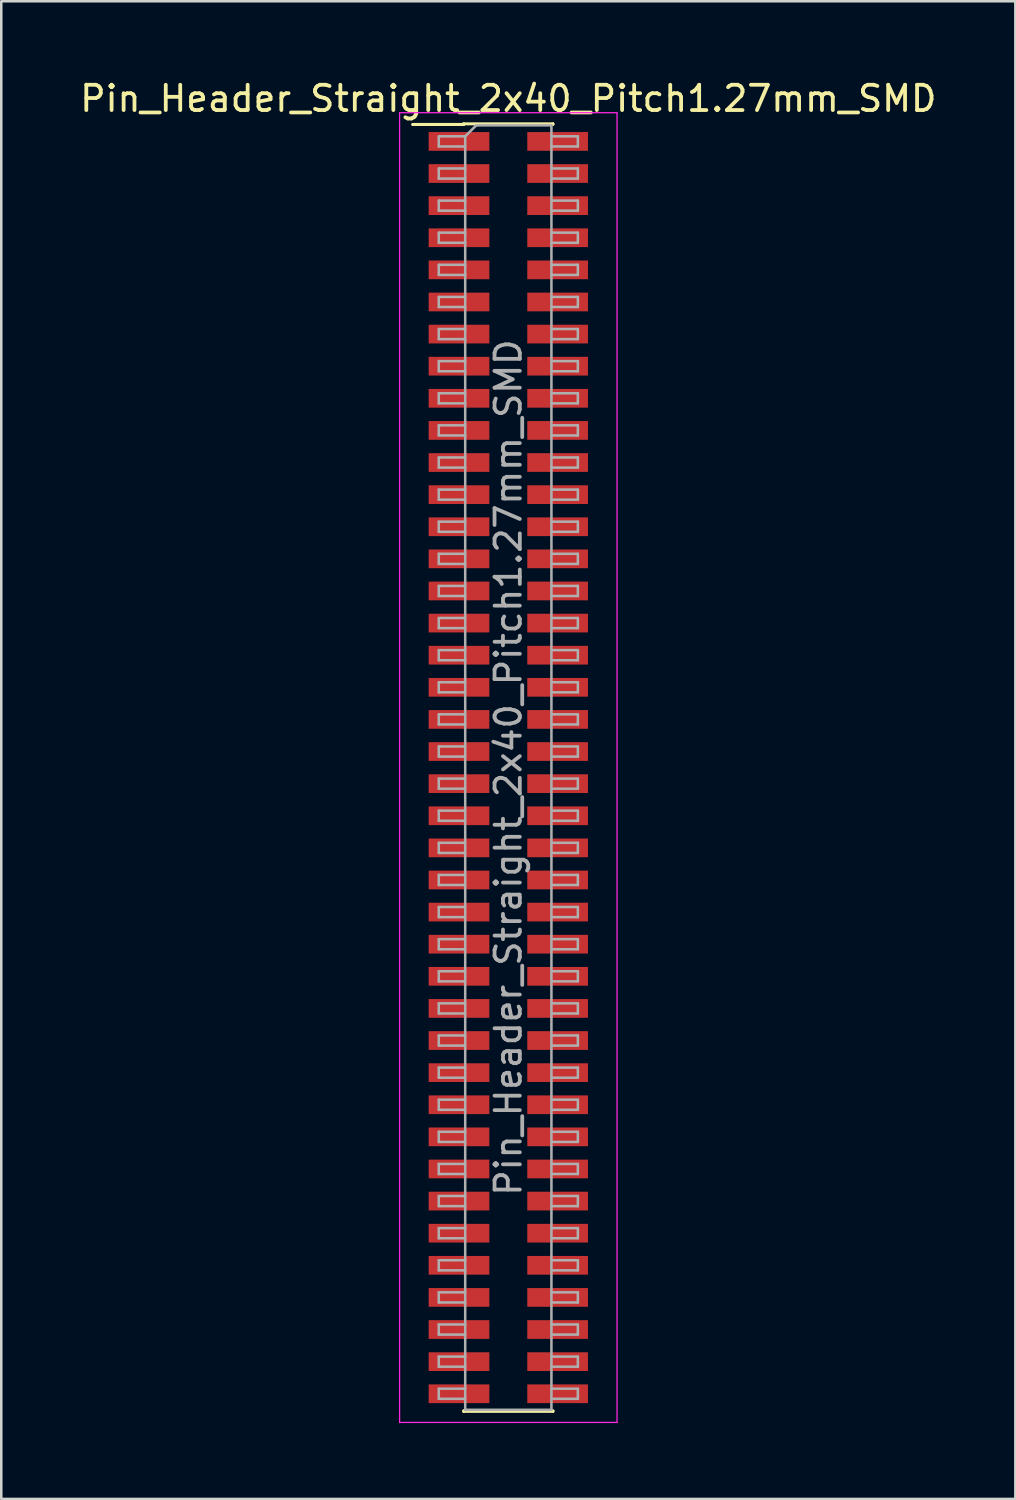
<source format=kicad_pcb>
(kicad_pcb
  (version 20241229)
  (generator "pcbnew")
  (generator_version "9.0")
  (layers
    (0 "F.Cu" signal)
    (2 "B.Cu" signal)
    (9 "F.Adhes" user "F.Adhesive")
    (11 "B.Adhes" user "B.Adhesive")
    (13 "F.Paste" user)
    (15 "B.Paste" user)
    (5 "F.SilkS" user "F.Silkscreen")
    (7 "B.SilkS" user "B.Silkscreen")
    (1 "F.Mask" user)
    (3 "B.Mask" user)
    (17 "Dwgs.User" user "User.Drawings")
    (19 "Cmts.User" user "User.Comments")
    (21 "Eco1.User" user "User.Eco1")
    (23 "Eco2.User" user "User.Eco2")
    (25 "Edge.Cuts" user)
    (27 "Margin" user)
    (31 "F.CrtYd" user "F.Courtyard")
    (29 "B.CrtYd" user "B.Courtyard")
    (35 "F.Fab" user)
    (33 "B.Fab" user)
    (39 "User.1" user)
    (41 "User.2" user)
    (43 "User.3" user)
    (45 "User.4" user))
  (footprint "Pin_Header_Straight_2x40_Pitch1.27mm_SMD"
    (layer "F.Cu")
    (at 17.054 27.308)
    (property "Reference" "Pin_Header_Straight_2x40_Pitch1.27mm_SMD" (at 0 -26.46 0) (layer "F.SilkS") (effects (font (size 1 1) (thickness 0.15))))
    (attr smd)
    (fp_line (start -3.785 -25.435) (end -1.765 -25.435) (stroke (width 0.12) (type solid)) (layer "F.SilkS"))
    (fp_line (start -1.765 -25.46) (end 1.765 -25.46) (stroke (width 0.12) (type solid)) (layer "F.SilkS"))
    (fp_line (start -1.765 -25.435) (end -1.765 -25.46) (stroke (width 0.12) (type solid)) (layer "F.SilkS"))
    (fp_line (start -1.765 25.435) (end -1.765 25.46) (stroke (width 0.12) (type solid)) (layer "F.SilkS"))
    (fp_line (start -1.765 25.46) (end 1.765 25.46) (stroke (width 0.12) (type solid)) (layer "F.SilkS"))
    (fp_line (start 1.765 -25.46) (end 1.765 -25.435) (stroke (width 0.12) (type solid)) (layer "F.SilkS"))
    (fp_line (start 1.765 25.46) (end 1.765 25.435) (stroke (width 0.12) (type solid)) (layer "F.SilkS"))
    (fp_line (start -4.3 -25.9) (end -4.3 25.9) (stroke (width 0.05) (type solid)) (layer "F.CrtYd"))
    (fp_line (start -4.3 25.9) (end 4.3 25.9) (stroke (width 0.05) (type solid)) (layer "F.CrtYd"))
    (fp_line (start 4.3 -25.9) (end -4.3 -25.9) (stroke (width 0.05) (type solid)) (layer "F.CrtYd"))
    (fp_line (start 4.3 25.9) (end 4.3 -25.9) (stroke (width 0.05) (type solid)) (layer "F.CrtYd"))
    (fp_line (start -2.75 -24.965) (end -2.75 -24.565) (stroke (width 0.1) (type solid)) (layer "F.Fab"))
    (fp_line (start -2.75 -24.565) (end -1.705 -24.565) (stroke (width 0.1) (type solid)) (layer "F.Fab"))
    (fp_line (start -2.75 -23.695) (end -2.75 -23.295) (stroke (width 0.1) (type solid)) (layer "F.Fab"))
    (fp_line (start -2.75 -23.295) (end -1.705 -23.295) (stroke (width 0.1) (type solid)) (layer "F.Fab"))
    (fp_line (start -2.75 -22.425) (end -2.75 -22.025) (stroke (width 0.1) (type solid)) (layer "F.Fab"))
    (fp_line (start -2.75 -22.025) (end -1.705 -22.025) (stroke (width 0.1) (type solid)) (layer "F.Fab"))
    (fp_line (start -2.75 -21.155) (end -2.75 -20.755) (stroke (width 0.1) (type solid)) (layer "F.Fab"))
    (fp_line (start -2.75 -20.755) (end -1.705 -20.755) (stroke (width 0.1) (type solid)) (layer "F.Fab"))
    (fp_line (start -2.75 -19.885) (end -2.75 -19.485) (stroke (width 0.1) (type solid)) (layer "F.Fab"))
    (fp_line (start -2.75 -19.485) (end -1.705 -19.485) (stroke (width 0.1) (type solid)) (layer "F.Fab"))
    (fp_line (start -2.75 -18.615) (end -2.75 -18.215) (stroke (width 0.1) (type solid)) (layer "F.Fab"))
    (fp_line (start -2.75 -18.215) (end -1.705 -18.215) (stroke (width 0.1) (type solid)) (layer "F.Fab"))
    (fp_line (start -2.75 -17.345) (end -2.75 -16.945) (stroke (width 0.1) (type solid)) (layer "F.Fab"))
    (fp_line (start -2.75 -16.945) (end -1.705 -16.945) (stroke (width 0.1) (type solid)) (layer "F.Fab"))
    (fp_line (start -2.75 -16.075) (end -2.75 -15.675) (stroke (width 0.1) (type solid)) (layer "F.Fab"))
    (fp_line (start -2.75 -15.675) (end -1.705 -15.675) (stroke (width 0.1) (type solid)) (layer "F.Fab"))
    (fp_line (start -2.75 -14.805) (end -2.75 -14.405) (stroke (width 0.1) (type solid)) (layer "F.Fab"))
    (fp_line (start -2.75 -14.405) (end -1.705 -14.405) (stroke (width 0.1) (type solid)) (layer "F.Fab"))
    (fp_line (start -2.75 -13.535) (end -2.75 -13.135) (stroke (width 0.1) (type solid)) (layer "F.Fab"))
    (fp_line (start -2.75 -13.135) (end -1.705 -13.135) (stroke (width 0.1) (type solid)) (layer "F.Fab"))
    (fp_line (start -2.75 -12.265) (end -2.75 -11.865) (stroke (width 0.1) (type solid)) (layer "F.Fab"))
    (fp_line (start -2.75 -11.865) (end -1.705 -11.865) (stroke (width 0.1) (type solid)) (layer "F.Fab"))
    (fp_line (start -2.75 -10.995) (end -2.75 -10.595) (stroke (width 0.1) (type solid)) (layer "F.Fab"))
    (fp_line (start -2.75 -10.595) (end -1.705 -10.595) (stroke (width 0.1) (type solid)) (layer "F.Fab"))
    (fp_line (start -2.75 -9.725) (end -2.75 -9.325) (stroke (width 0.1) (type solid)) (layer "F.Fab"))
    (fp_line (start -2.75 -9.325) (end -1.705 -9.325) (stroke (width 0.1) (type solid)) (layer "F.Fab"))
    (fp_line (start -2.75 -8.455) (end -2.75 -8.055) (stroke (width 0.1) (type solid)) (layer "F.Fab"))
    (fp_line (start -2.75 -8.055) (end -1.705 -8.055) (stroke (width 0.1) (type solid)) (layer "F.Fab"))
    (fp_line (start -2.75 -7.185) (end -2.75 -6.785) (stroke (width 0.1) (type solid)) (layer "F.Fab"))
    (fp_line (start -2.75 -6.785) (end -1.705 -6.785) (stroke (width 0.1) (type solid)) (layer "F.Fab"))
    (fp_line (start -2.75 -5.915) (end -2.75 -5.515) (stroke (width 0.1) (type solid)) (layer "F.Fab"))
    (fp_line (start -2.75 -5.515) (end -1.705 -5.515) (stroke (width 0.1) (type solid)) (layer "F.Fab"))
    (fp_line (start -2.75 -4.645) (end -2.75 -4.245) (stroke (width 0.1) (type solid)) (layer "F.Fab"))
    (fp_line (start -2.75 -4.245) (end -1.705 -4.245) (stroke (width 0.1) (type solid)) (layer "F.Fab"))
    (fp_line (start -2.75 -3.375) (end -2.75 -2.975) (stroke (width 0.1) (type solid)) (layer "F.Fab"))
    (fp_line (start -2.75 -2.975) (end -1.705 -2.975) (stroke (width 0.1) (type solid)) (layer "F.Fab"))
    (fp_line (start -2.75 -2.105) (end -2.75 -1.705) (stroke (width 0.1) (type solid)) (layer "F.Fab"))
    (fp_line (start -2.75 -1.705) (end -1.705 -1.705) (stroke (width 0.1) (type solid)) (layer "F.Fab"))
    (fp_line (start -2.75 -0.835) (end -2.75 -0.435) (stroke (width 0.1) (type solid)) (layer "F.Fab"))
    (fp_line (start -2.75 -0.435) (end -1.705 -0.435) (stroke (width 0.1) (type solid)) (layer "F.Fab"))
    (fp_line (start -2.75 0.435) (end -2.75 0.835) (stroke (width 0.1) (type solid)) (layer "F.Fab"))
    (fp_line (start -2.75 0.835) (end -1.705 0.835) (stroke (width 0.1) (type solid)) (layer "F.Fab"))
    (fp_line (start -2.75 1.705) (end -2.75 2.105) (stroke (width 0.1) (type solid)) (layer "F.Fab"))
    (fp_line (start -2.75 2.105) (end -1.705 2.105) (stroke (width 0.1) (type solid)) (layer "F.Fab"))
    (fp_line (start -2.75 2.975) (end -2.75 3.375) (stroke (width 0.1) (type solid)) (layer "F.Fab"))
    (fp_line (start -2.75 3.375) (end -1.705 3.375) (stroke (width 0.1) (type solid)) (layer "F.Fab"))
    (fp_line (start -2.75 4.245) (end -2.75 4.645) (stroke (width 0.1) (type solid)) (layer "F.Fab"))
    (fp_line (start -2.75 4.645) (end -1.705 4.645) (stroke (width 0.1) (type solid)) (layer "F.Fab"))
    (fp_line (start -2.75 5.515) (end -2.75 5.915) (stroke (width 0.1) (type solid)) (layer "F.Fab"))
    (fp_line (start -2.75 5.915) (end -1.705 5.915) (stroke (width 0.1) (type solid)) (layer "F.Fab"))
    (fp_line (start -2.75 6.785) (end -2.75 7.185) (stroke (width 0.1) (type solid)) (layer "F.Fab"))
    (fp_line (start -2.75 7.185) (end -1.705 7.185) (stroke (width 0.1) (type solid)) (layer "F.Fab"))
    (fp_line (start -2.75 8.055) (end -2.75 8.455) (stroke (width 0.1) (type solid)) (layer "F.Fab"))
    (fp_line (start -2.75 8.455) (end -1.705 8.455) (stroke (width 0.1) (type solid)) (layer "F.Fab"))
    (fp_line (start -2.75 9.325) (end -2.75 9.725) (stroke (width 0.1) (type solid)) (layer "F.Fab"))
    (fp_line (start -2.75 9.725) (end -1.705 9.725) (stroke (width 0.1) (type solid)) (layer "F.Fab"))
    (fp_line (start -2.75 10.595) (end -2.75 10.995) (stroke (width 0.1) (type solid)) (layer "F.Fab"))
    (fp_line (start -2.75 10.995) (end -1.705 10.995) (stroke (width 0.1) (type solid)) (layer "F.Fab"))
    (fp_line (start -2.75 11.865) (end -2.75 12.265) (stroke (width 0.1) (type solid)) (layer "F.Fab"))
    (fp_line (start -2.75 12.265) (end -1.705 12.265) (stroke (width 0.1) (type solid)) (layer "F.Fab"))
    (fp_line (start -2.75 13.135) (end -2.75 13.535) (stroke (width 0.1) (type solid)) (layer "F.Fab"))
    (fp_line (start -2.75 13.535) (end -1.705 13.535) (stroke (width 0.1) (type solid)) (layer "F.Fab"))
    (fp_line (start -2.75 14.405) (end -2.75 14.805) (stroke (width 0.1) (type solid)) (layer "F.Fab"))
    (fp_line (start -2.75 14.805) (end -1.705 14.805) (stroke (width 0.1) (type solid)) (layer "F.Fab"))
    (fp_line (start -2.75 15.675) (end -2.75 16.075) (stroke (width 0.1) (type solid)) (layer "F.Fab"))
    (fp_line (start -2.75 16.075) (end -1.705 16.075) (stroke (width 0.1) (type solid)) (layer "F.Fab"))
    (fp_line (start -2.75 16.945) (end -2.75 17.345) (stroke (width 0.1) (type solid)) (layer "F.Fab"))
    (fp_line (start -2.75 17.345) (end -1.705 17.345) (stroke (width 0.1) (type solid)) (layer "F.Fab"))
    (fp_line (start -2.75 18.215) (end -2.75 18.615) (stroke (width 0.1) (type solid)) (layer "F.Fab"))
    (fp_line (start -2.75 18.615) (end -1.705 18.615) (stroke (width 0.1) (type solid)) (layer "F.Fab"))
    (fp_line (start -2.75 19.485) (end -2.75 19.885) (stroke (width 0.1) (type solid)) (layer "F.Fab"))
    (fp_line (start -2.75 19.885) (end -1.705 19.885) (stroke (width 0.1) (type solid)) (layer "F.Fab"))
    (fp_line (start -2.75 20.755) (end -2.75 21.155) (stroke (width 0.1) (type solid)) (layer "F.Fab"))
    (fp_line (start -2.75 21.155) (end -1.705 21.155) (stroke (width 0.1) (type solid)) (layer "F.Fab"))
    (fp_line (start -2.75 22.025) (end -2.75 22.425) (stroke (width 0.1) (type solid)) (layer "F.Fab"))
    (fp_line (start -2.75 22.425) (end -1.705 22.425) (stroke (width 0.1) (type solid)) (layer "F.Fab"))
    (fp_line (start -2.75 23.295) (end -2.75 23.695) (stroke (width 0.1) (type solid)) (layer "F.Fab"))
    (fp_line (start -2.75 23.695) (end -1.705 23.695) (stroke (width 0.1) (type solid)) (layer "F.Fab"))
    (fp_line (start -2.75 24.565) (end -2.75 24.965) (stroke (width 0.1) (type solid)) (layer "F.Fab"))
    (fp_line (start -2.75 24.965) (end -1.705 24.965) (stroke (width 0.1) (type solid)) (layer "F.Fab"))
    (fp_line (start -1.705 -24.965) (end -2.75 -24.965) (stroke (width 0.1) (type solid)) (layer "F.Fab"))
    (fp_line (start -1.705 -24.965) (end -1.27 -25.4) (stroke (width 0.1) (type solid)) (layer "F.Fab"))
    (fp_line (start -1.705 -23.695) (end -2.75 -23.695) (stroke (width 0.1) (type solid)) (layer "F.Fab"))
    (fp_line (start -1.705 -22.425) (end -2.75 -22.425) (stroke (width 0.1) (type solid)) (layer "F.Fab"))
    (fp_line (start -1.705 -21.155) (end -2.75 -21.155) (stroke (width 0.1) (type solid)) (layer "F.Fab"))
    (fp_line (start -1.705 -19.885) (end -2.75 -19.885) (stroke (width 0.1) (type solid)) (layer "F.Fab"))
    (fp_line (start -1.705 -18.615) (end -2.75 -18.615) (stroke (width 0.1) (type solid)) (layer "F.Fab"))
    (fp_line (start -1.705 -17.345) (end -2.75 -17.345) (stroke (width 0.1) (type solid)) (layer "F.Fab"))
    (fp_line (start -1.705 -16.075) (end -2.75 -16.075) (stroke (width 0.1) (type solid)) (layer "F.Fab"))
    (fp_line (start -1.705 -14.805) (end -2.75 -14.805) (stroke (width 0.1) (type solid)) (layer "F.Fab"))
    (fp_line (start -1.705 -13.535) (end -2.75 -13.535) (stroke (width 0.1) (type solid)) (layer "F.Fab"))
    (fp_line (start -1.705 -12.265) (end -2.75 -12.265) (stroke (width 0.1) (type solid)) (layer "F.Fab"))
    (fp_line (start -1.705 -10.995) (end -2.75 -10.995) (stroke (width 0.1) (type solid)) (layer "F.Fab"))
    (fp_line (start -1.705 -9.725) (end -2.75 -9.725) (stroke (width 0.1) (type solid)) (layer "F.Fab"))
    (fp_line (start -1.705 -8.455) (end -2.75 -8.455) (stroke (width 0.1) (type solid)) (layer "F.Fab"))
    (fp_line (start -1.705 -7.185) (end -2.75 -7.185) (stroke (width 0.1) (type solid)) (layer "F.Fab"))
    (fp_line (start -1.705 -5.915) (end -2.75 -5.915) (stroke (width 0.1) (type solid)) (layer "F.Fab"))
    (fp_line (start -1.705 -4.645) (end -2.75 -4.645) (stroke (width 0.1) (type solid)) (layer "F.Fab"))
    (fp_line (start -1.705 -3.375) (end -2.75 -3.375) (stroke (width 0.1) (type solid)) (layer "F.Fab"))
    (fp_line (start -1.705 -2.105) (end -2.75 -2.105) (stroke (width 0.1) (type solid)) (layer "F.Fab"))
    (fp_line (start -1.705 -0.835) (end -2.75 -0.835) (stroke (width 0.1) (type solid)) (layer "F.Fab"))
    (fp_line (start -1.705 0.435) (end -2.75 0.435) (stroke (width 0.1) (type solid)) (layer "F.Fab"))
    (fp_line (start -1.705 1.705) (end -2.75 1.705) (stroke (width 0.1) (type solid)) (layer "F.Fab"))
    (fp_line (start -1.705 2.975) (end -2.75 2.975) (stroke (width 0.1) (type solid)) (layer "F.Fab"))
    (fp_line (start -1.705 4.245) (end -2.75 4.245) (stroke (width 0.1) (type solid)) (layer "F.Fab"))
    (fp_line (start -1.705 5.515) (end -2.75 5.515) (stroke (width 0.1) (type solid)) (layer "F.Fab"))
    (fp_line (start -1.705 6.785) (end -2.75 6.785) (stroke (width 0.1) (type solid)) (layer "F.Fab"))
    (fp_line (start -1.705 8.055) (end -2.75 8.055) (stroke (width 0.1) (type solid)) (layer "F.Fab"))
    (fp_line (start -1.705 9.325) (end -2.75 9.325) (stroke (width 0.1) (type solid)) (layer "F.Fab"))
    (fp_line (start -1.705 10.595) (end -2.75 10.595) (stroke (width 0.1) (type solid)) (layer "F.Fab"))
    (fp_line (start -1.705 11.865) (end -2.75 11.865) (stroke (width 0.1) (type solid)) (layer "F.Fab"))
    (fp_line (start -1.705 13.135) (end -2.75 13.135) (stroke (width 0.1) (type solid)) (layer "F.Fab"))
    (fp_line (start -1.705 14.405) (end -2.75 14.405) (stroke (width 0.1) (type solid)) (layer "F.Fab"))
    (fp_line (start -1.705 15.675) (end -2.75 15.675) (stroke (width 0.1) (type solid)) (layer "F.Fab"))
    (fp_line (start -1.705 16.945) (end -2.75 16.945) (stroke (width 0.1) (type solid)) (layer "F.Fab"))
    (fp_line (start -1.705 18.215) (end -2.75 18.215) (stroke (width 0.1) (type solid)) (layer "F.Fab"))
    (fp_line (start -1.705 19.485) (end -2.75 19.485) (stroke (width 0.1) (type solid)) (layer "F.Fab"))
    (fp_line (start -1.705 20.755) (end -2.75 20.755) (stroke (width 0.1) (type solid)) (layer "F.Fab"))
    (fp_line (start -1.705 22.025) (end -2.75 22.025) (stroke (width 0.1) (type solid)) (layer "F.Fab"))
    (fp_line (start -1.705 23.295) (end -2.75 23.295) (stroke (width 0.1) (type solid)) (layer "F.Fab"))
    (fp_line (start -1.705 24.565) (end -2.75 24.565) (stroke (width 0.1) (type solid)) (layer "F.Fab"))
    (fp_line (start -1.705 25.4) (end -1.705 -24.965) (stroke (width 0.1) (type solid)) (layer "F.Fab"))
    (fp_line (start -1.27 -25.4) (end 1.705 -25.4) (stroke (width 0.1) (type solid)) (layer "F.Fab"))
    (fp_line (start 1.705 -25.4) (end 1.705 25.4) (stroke (width 0.1) (type solid)) (layer "F.Fab"))
    (fp_line (start 1.705 -24.965) (end 2.75 -24.965) (stroke (width 0.1) (type solid)) (layer "F.Fab"))
    (fp_line (start 1.705 -23.695) (end 2.75 -23.695) (stroke (width 0.1) (type solid)) (layer "F.Fab"))
    (fp_line (start 1.705 -22.425) (end 2.75 -22.425) (stroke (width 0.1) (type solid)) (layer "F.Fab"))
    (fp_line (start 1.705 -21.155) (end 2.75 -21.155) (stroke (width 0.1) (type solid)) (layer "F.Fab"))
    (fp_line (start 1.705 -19.885) (end 2.75 -19.885) (stroke (width 0.1) (type solid)) (layer "F.Fab"))
    (fp_line (start 1.705 -18.615) (end 2.75 -18.615) (stroke (width 0.1) (type solid)) (layer "F.Fab"))
    (fp_line (start 1.705 -17.345) (end 2.75 -17.345) (stroke (width 0.1) (type solid)) (layer "F.Fab"))
    (fp_line (start 1.705 -16.075) (end 2.75 -16.075) (stroke (width 0.1) (type solid)) (layer "F.Fab"))
    (fp_line (start 1.705 -14.805) (end 2.75 -14.805) (stroke (width 0.1) (type solid)) (layer "F.Fab"))
    (fp_line (start 1.705 -13.535) (end 2.75 -13.535) (stroke (width 0.1) (type solid)) (layer "F.Fab"))
    (fp_line (start 1.705 -12.265) (end 2.75 -12.265) (stroke (width 0.1) (type solid)) (layer "F.Fab"))
    (fp_line (start 1.705 -10.995) (end 2.75 -10.995) (stroke (width 0.1) (type solid)) (layer "F.Fab"))
    (fp_line (start 1.705 -9.725) (end 2.75 -9.725) (stroke (width 0.1) (type solid)) (layer "F.Fab"))
    (fp_line (start 1.705 -8.455) (end 2.75 -8.455) (stroke (width 0.1) (type solid)) (layer "F.Fab"))
    (fp_line (start 1.705 -7.185) (end 2.75 -7.185) (stroke (width 0.1) (type solid)) (layer "F.Fab"))
    (fp_line (start 1.705 -5.915) (end 2.75 -5.915) (stroke (width 0.1) (type solid)) (layer "F.Fab"))
    (fp_line (start 1.705 -4.645) (end 2.75 -4.645) (stroke (width 0.1) (type solid)) (layer "F.Fab"))
    (fp_line (start 1.705 -3.375) (end 2.75 -3.375) (stroke (width 0.1) (type solid)) (layer "F.Fab"))
    (fp_line (start 1.705 -2.105) (end 2.75 -2.105) (stroke (width 0.1) (type solid)) (layer "F.Fab"))
    (fp_line (start 1.705 -0.835) (end 2.75 -0.835) (stroke (width 0.1) (type solid)) (layer "F.Fab"))
    (fp_line (start 1.705 0.435) (end 2.75 0.435) (stroke (width 0.1) (type solid)) (layer "F.Fab"))
    (fp_line (start 1.705 1.705) (end 2.75 1.705) (stroke (width 0.1) (type solid)) (layer "F.Fab"))
    (fp_line (start 1.705 2.975) (end 2.75 2.975) (stroke (width 0.1) (type solid)) (layer "F.Fab"))
    (fp_line (start 1.705 4.245) (end 2.75 4.245) (stroke (width 0.1) (type solid)) (layer "F.Fab"))
    (fp_line (start 1.705 5.515) (end 2.75 5.515) (stroke (width 0.1) (type solid)) (layer "F.Fab"))
    (fp_line (start 1.705 6.785) (end 2.75 6.785) (stroke (width 0.1) (type solid)) (layer "F.Fab"))
    (fp_line (start 1.705 8.055) (end 2.75 8.055) (stroke (width 0.1) (type solid)) (layer "F.Fab"))
    (fp_line (start 1.705 9.325) (end 2.75 9.325) (stroke (width 0.1) (type solid)) (layer "F.Fab"))
    (fp_line (start 1.705 10.595) (end 2.75 10.595) (stroke (width 0.1) (type solid)) (layer "F.Fab"))
    (fp_line (start 1.705 11.865) (end 2.75 11.865) (stroke (width 0.1) (type solid)) (layer "F.Fab"))
    (fp_line (start 1.705 13.135) (end 2.75 13.135) (stroke (width 0.1) (type solid)) (layer "F.Fab"))
    (fp_line (start 1.705 14.405) (end 2.75 14.405) (stroke (width 0.1) (type solid)) (layer "F.Fab"))
    (fp_line (start 1.705 15.675) (end 2.75 15.675) (stroke (width 0.1) (type solid)) (layer "F.Fab"))
    (fp_line (start 1.705 16.945) (end 2.75 16.945) (stroke (width 0.1) (type solid)) (layer "F.Fab"))
    (fp_line (start 1.705 18.215) (end 2.75 18.215) (stroke (width 0.1) (type solid)) (layer "F.Fab"))
    (fp_line (start 1.705 19.485) (end 2.75 19.485) (stroke (width 0.1) (type solid)) (layer "F.Fab"))
    (fp_line (start 1.705 20.755) (end 2.75 20.755) (stroke (width 0.1) (type solid)) (layer "F.Fab"))
    (fp_line (start 1.705 22.025) (end 2.75 22.025) (stroke (width 0.1) (type solid)) (layer "F.Fab"))
    (fp_line (start 1.705 23.295) (end 2.75 23.295) (stroke (width 0.1) (type solid)) (layer "F.Fab"))
    (fp_line (start 1.705 24.565) (end 2.75 24.565) (stroke (width 0.1) (type solid)) (layer "F.Fab"))
    (fp_line (start 1.705 25.4) (end -1.705 25.4) (stroke (width 0.1) (type solid)) (layer "F.Fab"))
    (fp_line (start 2.75 -24.965) (end 2.75 -24.565) (stroke (width 0.1) (type solid)) (layer "F.Fab"))
    (fp_line (start 2.75 -24.565) (end 1.705 -24.565) (stroke (width 0.1) (type solid)) (layer "F.Fab"))
    (fp_line (start 2.75 -23.695) (end 2.75 -23.295) (stroke (width 0.1) (type solid)) (layer "F.Fab"))
    (fp_line (start 2.75 -23.295) (end 1.705 -23.295) (stroke (width 0.1) (type solid)) (layer "F.Fab"))
    (fp_line (start 2.75 -22.425) (end 2.75 -22.025) (stroke (width 0.1) (type solid)) (layer "F.Fab"))
    (fp_line (start 2.75 -22.025) (end 1.705 -22.025) (stroke (width 0.1) (type solid)) (layer "F.Fab"))
    (fp_line (start 2.75 -21.155) (end 2.75 -20.755) (stroke (width 0.1) (type solid)) (layer "F.Fab"))
    (fp_line (start 2.75 -20.755) (end 1.705 -20.755) (stroke (width 0.1) (type solid)) (layer "F.Fab"))
    (fp_line (start 2.75 -19.885) (end 2.75 -19.485) (stroke (width 0.1) (type solid)) (layer "F.Fab"))
    (fp_line (start 2.75 -19.485) (end 1.705 -19.485) (stroke (width 0.1) (type solid)) (layer "F.Fab"))
    (fp_line (start 2.75 -18.615) (end 2.75 -18.215) (stroke (width 0.1) (type solid)) (layer "F.Fab"))
    (fp_line (start 2.75 -18.215) (end 1.705 -18.215) (stroke (width 0.1) (type solid)) (layer "F.Fab"))
    (fp_line (start 2.75 -17.345) (end 2.75 -16.945) (stroke (width 0.1) (type solid)) (layer "F.Fab"))
    (fp_line (start 2.75 -16.945) (end 1.705 -16.945) (stroke (width 0.1) (type solid)) (layer "F.Fab"))
    (fp_line (start 2.75 -16.075) (end 2.75 -15.675) (stroke (width 0.1) (type solid)) (layer "F.Fab"))
    (fp_line (start 2.75 -15.675) (end 1.705 -15.675) (stroke (width 0.1) (type solid)) (layer "F.Fab"))
    (fp_line (start 2.75 -14.805) (end 2.75 -14.405) (stroke (width 0.1) (type solid)) (layer "F.Fab"))
    (fp_line (start 2.75 -14.405) (end 1.705 -14.405) (stroke (width 0.1) (type solid)) (layer "F.Fab"))
    (fp_line (start 2.75 -13.535) (end 2.75 -13.135) (stroke (width 0.1) (type solid)) (layer "F.Fab"))
    (fp_line (start 2.75 -13.135) (end 1.705 -13.135) (stroke (width 0.1) (type solid)) (layer "F.Fab"))
    (fp_line (start 2.75 -12.265) (end 2.75 -11.865) (stroke (width 0.1) (type solid)) (layer "F.Fab"))
    (fp_line (start 2.75 -11.865) (end 1.705 -11.865) (stroke (width 0.1) (type solid)) (layer "F.Fab"))
    (fp_line (start 2.75 -10.995) (end 2.75 -10.595) (stroke (width 0.1) (type solid)) (layer "F.Fab"))
    (fp_line (start 2.75 -10.595) (end 1.705 -10.595) (stroke (width 0.1) (type solid)) (layer "F.Fab"))
    (fp_line (start 2.75 -9.725) (end 2.75 -9.325) (stroke (width 0.1) (type solid)) (layer "F.Fab"))
    (fp_line (start 2.75 -9.325) (end 1.705 -9.325) (stroke (width 0.1) (type solid)) (layer "F.Fab"))
    (fp_line (start 2.75 -8.455) (end 2.75 -8.055) (stroke (width 0.1) (type solid)) (layer "F.Fab"))
    (fp_line (start 2.75 -8.055) (end 1.705 -8.055) (stroke (width 0.1) (type solid)) (layer "F.Fab"))
    (fp_line (start 2.75 -7.185) (end 2.75 -6.785) (stroke (width 0.1) (type solid)) (layer "F.Fab"))
    (fp_line (start 2.75 -6.785) (end 1.705 -6.785) (stroke (width 0.1) (type solid)) (layer "F.Fab"))
    (fp_line (start 2.75 -5.915) (end 2.75 -5.515) (stroke (width 0.1) (type solid)) (layer "F.Fab"))
    (fp_line (start 2.75 -5.515) (end 1.705 -5.515) (stroke (width 0.1) (type solid)) (layer "F.Fab"))
    (fp_line (start 2.75 -4.645) (end 2.75 -4.245) (stroke (width 0.1) (type solid)) (layer "F.Fab"))
    (fp_line (start 2.75 -4.245) (end 1.705 -4.245) (stroke (width 0.1) (type solid)) (layer "F.Fab"))
    (fp_line (start 2.75 -3.375) (end 2.75 -2.975) (stroke (width 0.1) (type solid)) (layer "F.Fab"))
    (fp_line (start 2.75 -2.975) (end 1.705 -2.975) (stroke (width 0.1) (type solid)) (layer "F.Fab"))
    (fp_line (start 2.75 -2.105) (end 2.75 -1.705) (stroke (width 0.1) (type solid)) (layer "F.Fab"))
    (fp_line (start 2.75 -1.705) (end 1.705 -1.705) (stroke (width 0.1) (type solid)) (layer "F.Fab"))
    (fp_line (start 2.75 -0.835) (end 2.75 -0.435) (stroke (width 0.1) (type solid)) (layer "F.Fab"))
    (fp_line (start 2.75 -0.435) (end 1.705 -0.435) (stroke (width 0.1) (type solid)) (layer "F.Fab"))
    (fp_line (start 2.75 0.435) (end 2.75 0.835) (stroke (width 0.1) (type solid)) (layer "F.Fab"))
    (fp_line (start 2.75 0.835) (end 1.705 0.835) (stroke (width 0.1) (type solid)) (layer "F.Fab"))
    (fp_line (start 2.75 1.705) (end 2.75 2.105) (stroke (width 0.1) (type solid)) (layer "F.Fab"))
    (fp_line (start 2.75 2.105) (end 1.705 2.105) (stroke (width 0.1) (type solid)) (layer "F.Fab"))
    (fp_line (start 2.75 2.975) (end 2.75 3.375) (stroke (width 0.1) (type solid)) (layer "F.Fab"))
    (fp_line (start 2.75 3.375) (end 1.705 3.375) (stroke (width 0.1) (type solid)) (layer "F.Fab"))
    (fp_line (start 2.75 4.245) (end 2.75 4.645) (stroke (width 0.1) (type solid)) (layer "F.Fab"))
    (fp_line (start 2.75 4.645) (end 1.705 4.645) (stroke (width 0.1) (type solid)) (layer "F.Fab"))
    (fp_line (start 2.75 5.515) (end 2.75 5.915) (stroke (width 0.1) (type solid)) (layer "F.Fab"))
    (fp_line (start 2.75 5.915) (end 1.705 5.915) (stroke (width 0.1) (type solid)) (layer "F.Fab"))
    (fp_line (start 2.75 6.785) (end 2.75 7.185) (stroke (width 0.1) (type solid)) (layer "F.Fab"))
    (fp_line (start 2.75 7.185) (end 1.705 7.185) (stroke (width 0.1) (type solid)) (layer "F.Fab"))
    (fp_line (start 2.75 8.055) (end 2.75 8.455) (stroke (width 0.1) (type solid)) (layer "F.Fab"))
    (fp_line (start 2.75 8.455) (end 1.705 8.455) (stroke (width 0.1) (type solid)) (layer "F.Fab"))
    (fp_line (start 2.75 9.325) (end 2.75 9.725) (stroke (width 0.1) (type solid)) (layer "F.Fab"))
    (fp_line (start 2.75 9.725) (end 1.705 9.725) (stroke (width 0.1) (type solid)) (layer "F.Fab"))
    (fp_line (start 2.75 10.595) (end 2.75 10.995) (stroke (width 0.1) (type solid)) (layer "F.Fab"))
    (fp_line (start 2.75 10.995) (end 1.705 10.995) (stroke (width 0.1) (type solid)) (layer "F.Fab"))
    (fp_line (start 2.75 11.865) (end 2.75 12.265) (stroke (width 0.1) (type solid)) (layer "F.Fab"))
    (fp_line (start 2.75 12.265) (end 1.705 12.265) (stroke (width 0.1) (type solid)) (layer "F.Fab"))
    (fp_line (start 2.75 13.135) (end 2.75 13.535) (stroke (width 0.1) (type solid)) (layer "F.Fab"))
    (fp_line (start 2.75 13.535) (end 1.705 13.535) (stroke (width 0.1) (type solid)) (layer "F.Fab"))
    (fp_line (start 2.75 14.405) (end 2.75 14.805) (stroke (width 0.1) (type solid)) (layer "F.Fab"))
    (fp_line (start 2.75 14.805) (end 1.705 14.805) (stroke (width 0.1) (type solid)) (layer "F.Fab"))
    (fp_line (start 2.75 15.675) (end 2.75 16.075) (stroke (width 0.1) (type solid)) (layer "F.Fab"))
    (fp_line (start 2.75 16.075) (end 1.705 16.075) (stroke (width 0.1) (type solid)) (layer "F.Fab"))
    (fp_line (start 2.75 16.945) (end 2.75 17.345) (stroke (width 0.1) (type solid)) (layer "F.Fab"))
    (fp_line (start 2.75 17.345) (end 1.705 17.345) (stroke (width 0.1) (type solid)) (layer "F.Fab"))
    (fp_line (start 2.75 18.215) (end 2.75 18.615) (stroke (width 0.1) (type solid)) (layer "F.Fab"))
    (fp_line (start 2.75 18.615) (end 1.705 18.615) (stroke (width 0.1) (type solid)) (layer "F.Fab"))
    (fp_line (start 2.75 19.485) (end 2.75 19.885) (stroke (width 0.1) (type solid)) (layer "F.Fab"))
    (fp_line (start 2.75 19.885) (end 1.705 19.885) (stroke (width 0.1) (type solid)) (layer "F.Fab"))
    (fp_line (start 2.75 20.755) (end 2.75 21.155) (stroke (width 0.1) (type solid)) (layer "F.Fab"))
    (fp_line (start 2.75 21.155) (end 1.705 21.155) (stroke (width 0.1) (type solid)) (layer "F.Fab"))
    (fp_line (start 2.75 22.025) (end 2.75 22.425) (stroke (width 0.1) (type solid)) (layer "F.Fab"))
    (fp_line (start 2.75 22.425) (end 1.705 22.425) (stroke (width 0.1) (type solid)) (layer "F.Fab"))
    (fp_line (start 2.75 23.295) (end 2.75 23.695) (stroke (width 0.1) (type solid)) (layer "F.Fab"))
    (fp_line (start 2.75 23.695) (end 1.705 23.695) (stroke (width 0.1) (type solid)) (layer "F.Fab"))
    (fp_line (start 2.75 24.565) (end 2.75 24.965) (stroke (width 0.1) (type solid)) (layer "F.Fab"))
    (fp_line (start 2.75 24.965) (end 1.705 24.965) (stroke (width 0.1) (type solid)) (layer "F.Fab"))
    (fp_text user "${REFERENCE}" (at 0 0 90) (layer "F.Fab") (effects (font (size 1 1) (thickness 0.15))))
    (pad "1" smd rect (at -1.95 -24.765) (size 2.4 0.74) (layers "F.Cu" "F.Mask" "F.Paste"))
    (pad "2" smd rect (at 1.95 -24.765) (size 2.4 0.74) (layers "F.Cu" "F.Mask" "F.Paste"))
    (pad "3" smd rect (at -1.95 -23.495) (size 2.4 0.74) (layers "F.Cu" "F.Mask" "F.Paste"))
    (pad "4" smd rect (at 1.95 -23.495) (size 2.4 0.74) (layers "F.Cu" "F.Mask" "F.Paste"))
    (pad "5" smd rect (at -1.95 -22.225) (size 2.4 0.74) (layers "F.Cu" "F.Mask" "F.Paste"))
    (pad "6" smd rect (at 1.95 -22.225) (size 2.4 0.74) (layers "F.Cu" "F.Mask" "F.Paste"))
    (pad "7" smd rect (at -1.95 -20.955) (size 2.4 0.74) (layers "F.Cu" "F.Mask" "F.Paste"))
    (pad "8" smd rect (at 1.95 -20.955) (size 2.4 0.74) (layers "F.Cu" "F.Mask" "F.Paste"))
    (pad "9" smd rect (at -1.95 -19.685) (size 2.4 0.74) (layers "F.Cu" "F.Mask" "F.Paste"))
    (pad "10" smd rect (at 1.95 -19.685) (size 2.4 0.74) (layers "F.Cu" "F.Mask" "F.Paste"))
    (pad "11" smd rect (at -1.95 -18.415) (size 2.4 0.74) (layers "F.Cu" "F.Mask" "F.Paste"))
    (pad "12" smd rect (at 1.95 -18.415) (size 2.4 0.74) (layers "F.Cu" "F.Mask" "F.Paste"))
    (pad "13" smd rect (at -1.95 -17.145) (size 2.4 0.74) (layers "F.Cu" "F.Mask" "F.Paste"))
    (pad "14" smd rect (at 1.95 -17.145) (size 2.4 0.74) (layers "F.Cu" "F.Mask" "F.Paste"))
    (pad "15" smd rect (at -1.95 -15.875) (size 2.4 0.74) (layers "F.Cu" "F.Mask" "F.Paste"))
    (pad "16" smd rect (at 1.95 -15.875) (size 2.4 0.74) (layers "F.Cu" "F.Mask" "F.Paste"))
    (pad "17" smd rect (at -1.95 -14.605) (size 2.4 0.74) (layers "F.Cu" "F.Mask" "F.Paste"))
    (pad "18" smd rect (at 1.95 -14.605) (size 2.4 0.74) (layers "F.Cu" "F.Mask" "F.Paste"))
    (pad "19" smd rect (at -1.95 -13.335) (size 2.4 0.74) (layers "F.Cu" "F.Mask" "F.Paste"))
    (pad "20" smd rect (at 1.95 -13.335) (size 2.4 0.74) (layers "F.Cu" "F.Mask" "F.Paste"))
    (pad "21" smd rect (at -1.95 -12.065) (size 2.4 0.74) (layers "F.Cu" "F.Mask" "F.Paste"))
    (pad "22" smd rect (at 1.95 -12.065) (size 2.4 0.74) (layers "F.Cu" "F.Mask" "F.Paste"))
    (pad "23" smd rect (at -1.95 -10.795) (size 2.4 0.74) (layers "F.Cu" "F.Mask" "F.Paste"))
    (pad "24" smd rect (at 1.95 -10.795) (size 2.4 0.74) (layers "F.Cu" "F.Mask" "F.Paste"))
    (pad "25" smd rect (at -1.95 -9.525) (size 2.4 0.74) (layers "F.Cu" "F.Mask" "F.Paste"))
    (pad "26" smd rect (at 1.95 -9.525) (size 2.4 0.74) (layers "F.Cu" "F.Mask" "F.Paste"))
    (pad "27" smd rect (at -1.95 -8.255) (size 2.4 0.74) (layers "F.Cu" "F.Mask" "F.Paste"))
    (pad "28" smd rect (at 1.95 -8.255) (size 2.4 0.74) (layers "F.Cu" "F.Mask" "F.Paste"))
    (pad "29" smd rect (at -1.95 -6.985) (size 2.4 0.74) (layers "F.Cu" "F.Mask" "F.Paste"))
    (pad "30" smd rect (at 1.95 -6.985) (size 2.4 0.74) (layers "F.Cu" "F.Mask" "F.Paste"))
    (pad "31" smd rect (at -1.95 -5.715) (size 2.4 0.74) (layers "F.Cu" "F.Mask" "F.Paste"))
    (pad "32" smd rect (at 1.95 -5.715) (size 2.4 0.74) (layers "F.Cu" "F.Mask" "F.Paste"))
    (pad "33" smd rect (at -1.95 -4.445) (size 2.4 0.74) (layers "F.Cu" "F.Mask" "F.Paste"))
    (pad "34" smd rect (at 1.95 -4.445) (size 2.4 0.74) (layers "F.Cu" "F.Mask" "F.Paste"))
    (pad "35" smd rect (at -1.95 -3.175) (size 2.4 0.74) (layers "F.Cu" "F.Mask" "F.Paste"))
    (pad "36" smd rect (at 1.95 -3.175) (size 2.4 0.74) (layers "F.Cu" "F.Mask" "F.Paste"))
    (pad "37" smd rect (at -1.95 -1.905) (size 2.4 0.74) (layers "F.Cu" "F.Mask" "F.Paste"))
    (pad "38" smd rect (at 1.95 -1.905) (size 2.4 0.74) (layers "F.Cu" "F.Mask" "F.Paste"))
    (pad "39" smd rect (at -1.95 -0.635) (size 2.4 0.74) (layers "F.Cu" "F.Mask" "F.Paste"))
    (pad "40" smd rect (at 1.95 -0.635) (size 2.4 0.74) (layers "F.Cu" "F.Mask" "F.Paste"))
    (pad "41" smd rect (at -1.95 0.635) (size 2.4 0.74) (layers "F.Cu" "F.Mask" "F.Paste"))
    (pad "42" smd rect (at 1.95 0.635) (size 2.4 0.74) (layers "F.Cu" "F.Mask" "F.Paste"))
    (pad "43" smd rect (at -1.95 1.905) (size 2.4 0.74) (layers "F.Cu" "F.Mask" "F.Paste"))
    (pad "44" smd rect (at 1.95 1.905) (size 2.4 0.74) (layers "F.Cu" "F.Mask" "F.Paste"))
    (pad "45" smd rect (at -1.95 3.175) (size 2.4 0.74) (layers "F.Cu" "F.Mask" "F.Paste"))
    (pad "46" smd rect (at 1.95 3.175) (size 2.4 0.74) (layers "F.Cu" "F.Mask" "F.Paste"))
    (pad "47" smd rect (at -1.95 4.445) (size 2.4 0.74) (layers "F.Cu" "F.Mask" "F.Paste"))
    (pad "48" smd rect (at 1.95 4.445) (size 2.4 0.74) (layers "F.Cu" "F.Mask" "F.Paste"))
    (pad "49" smd rect (at -1.95 5.715) (size 2.4 0.74) (layers "F.Cu" "F.Mask" "F.Paste"))
    (pad "50" smd rect (at 1.95 5.715) (size 2.4 0.74) (layers "F.Cu" "F.Mask" "F.Paste"))
    (pad "51" smd rect (at -1.95 6.985) (size 2.4 0.74) (layers "F.Cu" "F.Mask" "F.Paste"))
    (pad "52" smd rect (at 1.95 6.985) (size 2.4 0.74) (layers "F.Cu" "F.Mask" "F.Paste"))
    (pad "53" smd rect (at -1.95 8.255) (size 2.4 0.74) (layers "F.Cu" "F.Mask" "F.Paste"))
    (pad "54" smd rect (at 1.95 8.255) (size 2.4 0.74) (layers "F.Cu" "F.Mask" "F.Paste"))
    (pad "55" smd rect (at -1.95 9.525) (size 2.4 0.74) (layers "F.Cu" "F.Mask" "F.Paste"))
    (pad "56" smd rect (at 1.95 9.525) (size 2.4 0.74) (layers "F.Cu" "F.Mask" "F.Paste"))
    (pad "57" smd rect (at -1.95 10.795) (size 2.4 0.74) (layers "F.Cu" "F.Mask" "F.Paste"))
    (pad "58" smd rect (at 1.95 10.795) (size 2.4 0.74) (layers "F.Cu" "F.Mask" "F.Paste"))
    (pad "59" smd rect (at -1.95 12.065) (size 2.4 0.74) (layers "F.Cu" "F.Mask" "F.Paste"))
    (pad "60" smd rect (at 1.95 12.065) (size 2.4 0.74) (layers "F.Cu" "F.Mask" "F.Paste"))
    (pad "61" smd rect (at -1.95 13.335) (size 2.4 0.74) (layers "F.Cu" "F.Mask" "F.Paste"))
    (pad "62" smd rect (at 1.95 13.335) (size 2.4 0.74) (layers "F.Cu" "F.Mask" "F.Paste"))
    (pad "63" smd rect (at -1.95 14.605) (size 2.4 0.74) (layers "F.Cu" "F.Mask" "F.Paste"))
    (pad "64" smd rect (at 1.95 14.605) (size 2.4 0.74) (layers "F.Cu" "F.Mask" "F.Paste"))
    (pad "65" smd rect (at -1.95 15.875) (size 2.4 0.74) (layers "F.Cu" "F.Mask" "F.Paste"))
    (pad "66" smd rect (at 1.95 15.875) (size 2.4 0.74) (layers "F.Cu" "F.Mask" "F.Paste"))
    (pad "67" smd rect (at -1.95 17.145) (size 2.4 0.74) (layers "F.Cu" "F.Mask" "F.Paste"))
    (pad "68" smd rect (at 1.95 17.145) (size 2.4 0.74) (layers "F.Cu" "F.Mask" "F.Paste"))
    (pad "69" smd rect (at -1.95 18.415) (size 2.4 0.74) (layers "F.Cu" "F.Mask" "F.Paste"))
    (pad "70" smd rect (at 1.95 18.415) (size 2.4 0.74) (layers "F.Cu" "F.Mask" "F.Paste"))
    (pad "71" smd rect (at -1.95 19.685) (size 2.4 0.74) (layers "F.Cu" "F.Mask" "F.Paste"))
    (pad "72" smd rect (at 1.95 19.685) (size 2.4 0.74) (layers "F.Cu" "F.Mask" "F.Paste"))
    (pad "73" smd rect (at -1.95 20.955) (size 2.4 0.74) (layers "F.Cu" "F.Mask" "F.Paste"))
    (pad "74" smd rect (at 1.95 20.955) (size 2.4 0.74) (layers "F.Cu" "F.Mask" "F.Paste"))
    (pad "75" smd rect (at -1.95 22.225) (size 2.4 0.74) (layers "F.Cu" "F.Mask" "F.Paste"))
    (pad "76" smd rect (at 1.95 22.225) (size 2.4 0.74) (layers "F.Cu" "F.Mask" "F.Paste"))
    (pad "77" smd rect (at -1.95 23.495) (size 2.4 0.74) (layers "F.Cu" "F.Mask" "F.Paste"))
    (pad "78" smd rect (at 1.95 23.495) (size 2.4 0.74) (layers "F.Cu" "F.Mask" "F.Paste"))
    (pad "79" smd rect (at -1.95 24.765) (size 2.4 0.74) (layers "F.Cu" "F.Mask" "F.Paste"))
    (pad "80" smd rect (at 1.95 24.765) (size 2.4 0.74) (layers "F.Cu" "F.Mask" "F.Paste")))
  (gr_rect
    (start -3 -3)
    (end 37.107 56.233)
    (stroke (width 0.1) (type default))
    (fill no)
    (layer "Edge.Cuts")))
</source>
